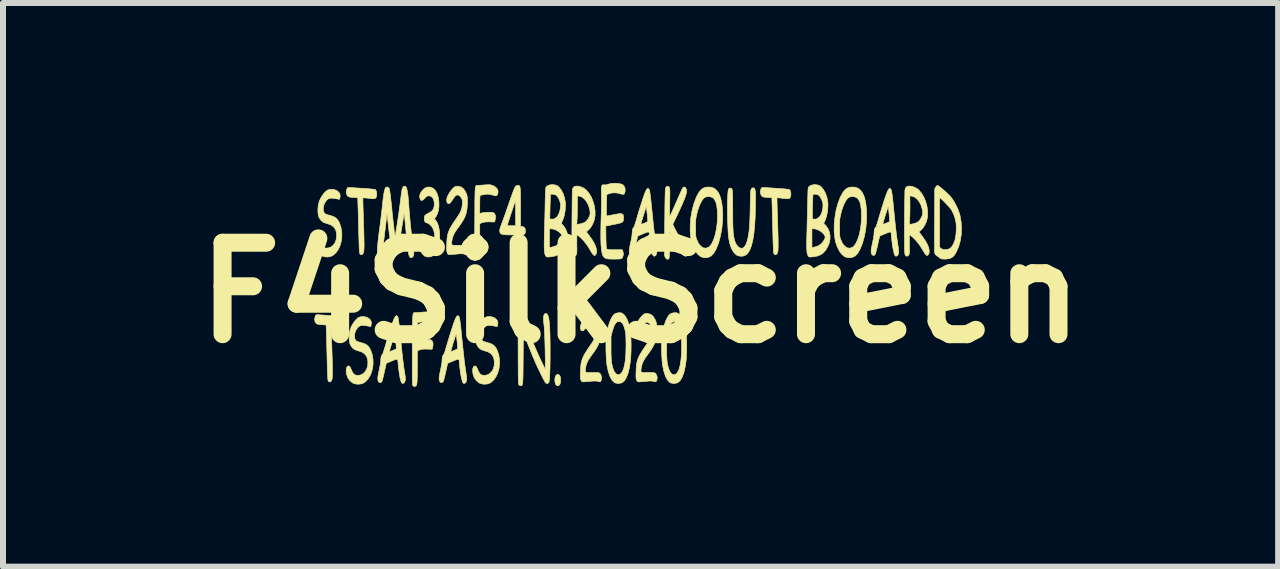
<source format=kicad_pcb>
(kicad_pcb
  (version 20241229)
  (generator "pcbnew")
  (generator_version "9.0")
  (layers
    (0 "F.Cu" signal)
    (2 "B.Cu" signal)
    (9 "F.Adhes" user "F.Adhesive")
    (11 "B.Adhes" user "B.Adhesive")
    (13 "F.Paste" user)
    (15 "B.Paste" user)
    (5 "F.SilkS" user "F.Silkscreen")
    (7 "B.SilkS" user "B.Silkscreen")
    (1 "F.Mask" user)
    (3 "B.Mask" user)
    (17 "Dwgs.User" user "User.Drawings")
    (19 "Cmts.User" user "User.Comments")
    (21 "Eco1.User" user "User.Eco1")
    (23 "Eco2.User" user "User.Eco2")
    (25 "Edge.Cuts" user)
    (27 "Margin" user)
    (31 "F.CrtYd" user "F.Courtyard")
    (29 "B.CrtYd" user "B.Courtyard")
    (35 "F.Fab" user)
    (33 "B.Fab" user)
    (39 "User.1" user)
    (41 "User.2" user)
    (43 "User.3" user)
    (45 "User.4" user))
  (footprint "F4SilkScreen"
    (layer "F.Cu")
    (at 7.627 1.831)
    (property "Reference" "F4SilkScreen" (at 0 0 0) (layer "F.SilkS") (effects (font (size 1.524 1.524) (thickness 0.3))))
    (attr through_hole)
    (fp_poly (pts (xy -1.354 1.369) (xy -1.338 1.397) (xy -1.331 1.443) (xy -1.331 1.454) (xy -1.335 1.493) (xy -1.343 1.523) (xy -1.36 1.544) (xy -1.382 1.55) (xy -1.403 1.541) (xy -1.416 1.524) (xy -1.426 1.487) (xy -1.429 1.454) (xy -1.424 1.406) (xy -1.409 1.374) (xy -1.386 1.359) (xy -1.379 1.359) (xy -1.354 1.369)) (stroke (width 0.01) (type solid)) (fill yes) (layer "F.SilkS"))
    (fp_poly (pts (xy -5.371 0.365) (xy -5.347 0.367) (xy -5.314 0.369) (xy -5.273 0.372) (xy -5.227 0.375) (xy -5.178 0.378) (xy -5.156 0.379) (xy -5.107 0.382) (xy -5.061 0.386) (xy -5.021 0.389) (xy -4.987 0.393) (xy -4.963 0.396) (xy -4.949 0.399) (xy -4.946 0.4) (xy -4.933 0.422) (xy -4.925 0.457) (xy -4.924 0.492) (xy -4.924 0.494) (xy -4.929 0.518) (xy -4.937 0.535) (xy -4.95 0.546) (xy -4.968 0.552) (xy -4.995 0.553) (xy -5.031 0.549) (xy -5.055 0.546) (xy -5.088 0.542) (xy -5.117 0.539) (xy -5.139 0.537) (xy -5.152 0.538) (xy -5.155 0.539) (xy -5.155 0.553) (xy -5.155 0.588) (xy -5.154 0.642) (xy -5.152 0.711) (xy -5.149 0.791) (xy -5.147 0.854) (xy -5.143 0.99) (xy -5.139 1.104) (xy -5.137 1.197) (xy -5.136 1.272) (xy -5.135 1.33) (xy -5.136 1.375) (xy -5.138 1.408) (xy -5.141 1.432) (xy -5.145 1.449) (xy -5.145 1.451) (xy -5.16 1.477) (xy -5.179 1.487) (xy -5.197 1.48) (xy -5.208 1.465) (xy -5.211 1.449) (xy -5.214 1.417) (xy -5.217 1.367) (xy -5.22 1.297) (xy -5.222 1.204) (xy -5.224 1.144) (xy -5.226 1.048) (xy -5.229 0.95) (xy -5.231 0.856) (xy -5.233 0.773) (xy -5.235 0.707) (xy -5.236 0.69) (xy -5.241 0.536) (xy -5.318 0.531) (xy -5.355 0.528) (xy -5.381 0.523) (xy -5.399 0.516) (xy -5.411 0.506) (xy -5.412 0.505) (xy -5.429 0.472) (xy -5.433 0.436) (xy -5.425 0.397) (xy -5.424 0.395) (xy -5.414 0.374) (xy -5.401 0.365) (xy -5.384 0.364) (xy -5.371 0.365)) (stroke (width 0.01) (type solid)) (fill yes) (layer "F.SilkS"))
    (fp_poly (pts (xy -4.844 -1.755) (xy -4.82 -1.754) (xy -4.787 -1.752) (xy -4.746 -1.749) (xy -4.7 -1.746) (xy -4.651 -1.743) (xy -4.629 -1.742) (xy -4.58 -1.738) (xy -4.534 -1.735) (xy -4.494 -1.731) (xy -4.46 -1.728) (xy -4.436 -1.725) (xy -4.422 -1.722) (xy -4.419 -1.721) (xy -4.406 -1.699) (xy -4.397 -1.664) (xy -4.397 -1.629) (xy -4.397 -1.627) (xy -4.402 -1.603) (xy -4.41 -1.585) (xy -4.422 -1.574) (xy -4.441 -1.569) (xy -4.468 -1.568) (xy -4.504 -1.572) (xy -4.528 -1.575) (xy -4.561 -1.579) (xy -4.59 -1.582) (xy -4.612 -1.583) (xy -4.625 -1.583) (xy -4.628 -1.582) (xy -4.628 -1.568) (xy -4.628 -1.532) (xy -4.627 -1.478) (xy -4.625 -1.41) (xy -4.622 -1.33) (xy -4.62 -1.267) (xy -4.616 -1.131) (xy -4.612 -1.017) (xy -4.61 -0.924) (xy -4.609 -0.849) (xy -4.608 -0.791) (xy -4.609 -0.746) (xy -4.611 -0.713) (xy -4.614 -0.689) (xy -4.617 -0.672) (xy -4.618 -0.669) (xy -4.633 -0.644) (xy -4.652 -0.634) (xy -4.67 -0.64) (xy -4.681 -0.656) (xy -4.684 -0.672) (xy -4.687 -0.703) (xy -4.69 -0.754) (xy -4.692 -0.824) (xy -4.695 -0.916) (xy -4.697 -0.977) (xy -4.699 -1.073) (xy -4.702 -1.171) (xy -4.704 -1.265) (xy -4.706 -1.348) (xy -4.708 -1.414) (xy -4.709 -1.43) (xy -4.714 -1.585) (xy -4.791 -1.59) (xy -4.828 -1.593) (xy -4.854 -1.598) (xy -4.872 -1.605) (xy -4.884 -1.615) (xy -4.885 -1.616) (xy -4.902 -1.649) (xy -4.906 -1.685) (xy -4.898 -1.724) (xy -4.897 -1.726) (xy -4.887 -1.747) (xy -4.874 -1.756) (xy -4.857 -1.756) (xy -4.844 -1.755)) (stroke (width 0.01) (type solid)) (fill yes) (layer "F.SilkS"))
    (fp_poly (pts (xy 2.059 -1.755) (xy 2.083 -1.754) (xy 2.116 -1.752) (xy 2.156 -1.749) (xy 2.202 -1.746) (xy 2.252 -1.743) (xy 2.273 -1.742) (xy 2.323 -1.738) (xy 2.369 -1.735) (xy 2.409 -1.731) (xy 2.442 -1.728) (xy 2.467 -1.725) (xy 2.481 -1.722) (xy 2.484 -1.721) (xy 2.497 -1.699) (xy 2.505 -1.664) (xy 2.506 -1.629) (xy 2.505 -1.627) (xy 2.5 -1.603) (xy 2.492 -1.585) (xy 2.48 -1.574) (xy 2.461 -1.569) (xy 2.435 -1.568) (xy 2.398 -1.572) (xy 2.375 -1.575) (xy 2.341 -1.579) (xy 2.312 -1.582) (xy 2.29 -1.583) (xy 2.277 -1.583) (xy 2.275 -1.582) (xy 2.274 -1.568) (xy 2.275 -1.532) (xy 2.276 -1.478) (xy 2.278 -1.41) (xy 2.28 -1.33) (xy 2.282 -1.267) (xy 2.287 -1.131) (xy 2.29 -1.017) (xy 2.293 -0.924) (xy 2.294 -0.849) (xy 2.294 -0.791) (xy 2.293 -0.746) (xy 2.292 -0.713) (xy 2.289 -0.689) (xy 2.285 -0.672) (xy 2.284 -0.669) (xy 2.27 -0.644) (xy 2.251 -0.634) (xy 2.232 -0.64) (xy 2.222 -0.656) (xy 2.218 -0.672) (xy 2.215 -0.703) (xy 2.213 -0.754) (xy 2.21 -0.824) (xy 2.207 -0.916) (xy 2.206 -0.977) (xy 2.203 -1.073) (xy 2.201 -1.171) (xy 2.198 -1.265) (xy 2.196 -1.348) (xy 2.194 -1.414) (xy 2.194 -1.43) (xy 2.189 -1.585) (xy 2.111 -1.59) (xy 2.075 -1.593) (xy 2.048 -1.598) (xy 2.03 -1.605) (xy 2.019 -1.615) (xy 2.018 -1.616) (xy 2.001 -1.649) (xy 1.996 -1.685) (xy 2.004 -1.724) (xy 2.005 -1.726) (xy 2.016 -1.747) (xy 2.028 -1.756) (xy 2.045 -1.756) (xy 2.059 -1.755)) (stroke (width 0.01) (type solid)) (fill yes) (layer "F.SilkS"))
    (fp_poly (pts (xy 4.962 -1.785) (xy 4.984 -1.77) (xy 5.013 -1.747) (xy 5.048 -1.717) (xy 5.087 -1.682) (xy 5.127 -1.644) (xy 5.156 -1.616) (xy 5.191 -1.574) (xy 5.227 -1.518) (xy 5.262 -1.454) (xy 5.293 -1.386) (xy 5.316 -1.322) (xy 5.324 -1.295) (xy 5.343 -1.187) (xy 5.35 -1.077) (xy 5.346 -0.968) (xy 5.329 -0.864) (xy 5.302 -0.767) (xy 5.264 -0.682) (xy 5.239 -0.638) (xy 5.214 -0.607) (xy 5.186 -0.586) (xy 5.154 -0.572) (xy 5.113 -0.565) (xy 5.093 -0.563) (xy 5.059 -0.562) (xy 5.034 -0.563) (xy 5.015 -0.567) (xy 4.998 -0.575) (xy 4.985 -0.584) (xy 4.962 -0.601) (xy 4.941 -0.616) (xy 4.931 -0.623) (xy 4.915 -0.638) (xy 4.905 -0.657) (xy 4.903 -0.673) (xy 4.901 -0.707) (xy 4.9 -0.76) (xy 4.9 -0.763) (xy 4.985 -0.763) (xy 4.999 -0.747) (xy 5.027 -0.728) (xy 5.063 -0.719) (xy 5.104 -0.72) (xy 5.144 -0.733) (xy 5.158 -0.74) (xy 5.188 -0.768) (xy 5.216 -0.816) (xy 5.24 -0.877) (xy 5.245 -0.897) (xy 5.257 -0.967) (xy 5.263 -1.048) (xy 5.262 -1.128) (xy 5.258 -1.172) (xy 5.244 -1.236) (xy 5.222 -1.303) (xy 5.194 -1.363) (xy 5.177 -1.391) (xy 5.159 -1.414) (xy 5.133 -1.444) (xy 5.101 -1.478) (xy 5.068 -1.512) (xy 5.037 -1.543) (xy 5.011 -1.567) (xy 5.001 -1.574) (xy 4.985 -1.587) (xy 4.985 -0.763) (xy 4.9 -0.763) (xy 4.9 -0.835) (xy 4.9 -0.931) (xy 4.9 -1.051) (xy 4.901 -1.194) (xy 4.901 -1.206) (xy 4.904 -1.732) (xy 4.919 -1.761) (xy 4.934 -1.782) (xy 4.949 -1.791) (xy 4.962 -1.785)) (stroke (width 0.01) (type solid)) (fill yes) (layer "F.SilkS"))
    (fp_poly (pts (xy 0.465 -1.773) (xy 0.48 -1.757) (xy 0.484 -1.747) (xy 0.486 -1.733) (xy 0.488 -1.711) (xy 0.489 -1.677) (xy 0.489 -1.629) (xy 0.488 -1.561) (xy 0.487 -1.499) (xy 0.484 -1.264) (xy 0.522 -1.346) (xy 0.539 -1.385) (xy 0.563 -1.437) (xy 0.589 -1.497) (xy 0.617 -1.561) (xy 0.633 -1.597) (xy 0.66 -1.658) (xy 0.68 -1.703) (xy 0.695 -1.733) (xy 0.706 -1.752) (xy 0.715 -1.761) (xy 0.723 -1.765) (xy 0.727 -1.765) (xy 0.748 -1.755) (xy 0.763 -1.729) (xy 0.768 -1.693) (xy 0.764 -1.662) (xy 0.751 -1.616) (xy 0.728 -1.555) (xy 0.696 -1.479) (xy 0.655 -1.388) (xy 0.605 -1.281) (xy 0.601 -1.273) (xy 0.538 -1.143) (xy 0.553 -1.109) (xy 0.574 -1.066) (xy 0.6 -1.017) (xy 0.629 -0.964) (xy 0.659 -0.911) (xy 0.689 -0.862) (xy 0.715 -0.82) (xy 0.736 -0.79) (xy 0.749 -0.774) (xy 0.775 -0.744) (xy 0.788 -0.71) (xy 0.789 -0.673) (xy 0.784 -0.647) (xy 0.775 -0.621) (xy 0.763 -0.611) (xy 0.751 -0.61) (xy 0.725 -0.617) (xy 0.698 -0.638) (xy 0.667 -0.674) (xy 0.632 -0.728) (xy 0.592 -0.8) (xy 0.546 -0.891) (xy 0.545 -0.895) (xy 0.483 -1.022) (xy 0.483 -0.806) (xy 0.482 -0.715) (xy 0.481 -0.648) (xy 0.479 -0.603) (xy 0.476 -0.578) (xy 0.475 -0.574) (xy 0.46 -0.56) (xy 0.44 -0.561) (xy 0.421 -0.577) (xy 0.413 -0.59) (xy 0.399 -0.621) (xy 0.403 -1.167) (xy 0.405 -1.323) (xy 0.406 -1.454) (xy 0.408 -1.56) (xy 0.41 -1.642) (xy 0.412 -1.699) (xy 0.414 -1.733) (xy 0.415 -1.742) (xy 0.427 -1.766) (xy 0.446 -1.777) (xy 0.465 -1.773)) (stroke (width 0.01) (type solid)) (fill yes) (layer "F.SilkS"))
    (fp_poly (pts (xy -0.322 0.334) (xy -0.301 0.343) (xy -0.26 0.381) (xy -0.225 0.442) (xy -0.195 0.522) (xy -0.173 0.62) (xy -0.17 0.636) (xy -0.163 0.699) (xy -0.159 0.779) (xy -0.157 0.87) (xy -0.158 0.965) (xy -0.162 1.055) (xy -0.167 1.128) (xy -0.184 1.24) (xy -0.206 1.335) (xy -0.235 1.411) (xy -0.268 1.465) (xy -0.295 1.49) (xy -0.325 1.504) (xy -0.36 1.51) (xy -0.396 1.509) (xy -0.428 1.5) (xy -0.44 1.493) (xy -0.479 1.452) (xy -0.513 1.388) (xy -0.54 1.303) (xy -0.56 1.206) (xy -0.567 1.145) (xy -0.572 1.067) (xy -0.576 0.98) (xy -0.577 0.892) (xy -0.576 0.811) (xy -0.573 0.745) (xy -0.572 0.736) (xy -0.571 0.728) (xy -0.492 0.728) (xy -0.492 0.913) (xy -0.492 0.998) (xy -0.49 1.063) (xy -0.487 1.114) (xy -0.483 1.156) (xy -0.481 1.173) (xy -0.464 1.248) (xy -0.441 1.307) (xy -0.413 1.346) (xy -0.383 1.365) (xy -0.35 1.362) (xy -0.318 1.336) (xy -0.313 1.329) (xy -0.287 1.28) (xy -0.267 1.208) (xy -0.253 1.116) (xy -0.245 1.004) (xy -0.242 0.874) (xy -0.242 0.844) (xy -0.244 0.774) (xy -0.245 0.723) (xy -0.248 0.685) (xy -0.252 0.654) (xy -0.258 0.623) (xy -0.262 0.607) (xy -0.282 0.544) (xy -0.306 0.503) (xy -0.336 0.482) (xy -0.359 0.478) (xy -0.393 0.486) (xy -0.421 0.515) (xy -0.446 0.565) (xy -0.469 0.639) (xy -0.47 0.641) (xy -0.492 0.728) (xy -0.571 0.728) (xy -0.558 0.642) (xy -0.536 0.552) (xy -0.509 0.472) (xy -0.478 0.407) (xy -0.448 0.365) (xy -0.423 0.347) (xy -0.39 0.336) (xy -0.355 0.331) (xy -0.322 0.334)) (stroke (width 0.01) (type solid)) (fill yes) (layer "F.SilkS"))
    (fp_poly (pts (xy 0.605 0.334) (xy 0.626 0.343) (xy 0.667 0.381) (xy 0.702 0.442) (xy 0.732 0.522) (xy 0.754 0.62) (xy 0.757 0.636) (xy 0.764 0.699) (xy 0.768 0.779) (xy 0.77 0.87) (xy 0.769 0.965) (xy 0.766 1.055) (xy 0.76 1.128) (xy 0.743 1.24) (xy 0.721 1.335) (xy 0.692 1.411) (xy 0.659 1.465) (xy 0.632 1.49) (xy 0.602 1.504) (xy 0.567 1.51) (xy 0.531 1.509) (xy 0.499 1.5) (xy 0.487 1.493) (xy 0.448 1.452) (xy 0.414 1.388) (xy 0.387 1.303) (xy 0.367 1.206) (xy 0.36 1.145) (xy 0.355 1.067) (xy 0.351 0.98) (xy 0.35 0.892) (xy 0.351 0.811) (xy 0.354 0.745) (xy 0.355 0.736) (xy 0.356 0.728) (xy 0.435 0.728) (xy 0.435 0.913) (xy 0.435 0.998) (xy 0.437 1.063) (xy 0.44 1.114) (xy 0.444 1.156) (xy 0.446 1.173) (xy 0.463 1.248) (xy 0.486 1.307) (xy 0.514 1.346) (xy 0.545 1.365) (xy 0.577 1.362) (xy 0.609 1.336) (xy 0.614 1.329) (xy 0.64 1.28) (xy 0.66 1.208) (xy 0.674 1.116) (xy 0.683 1.004) (xy 0.685 0.874) (xy 0.685 0.844) (xy 0.683 0.774) (xy 0.682 0.723) (xy 0.679 0.685) (xy 0.675 0.654) (xy 0.669 0.623) (xy 0.665 0.607) (xy 0.645 0.544) (xy 0.621 0.503) (xy 0.592 0.482) (xy 0.568 0.478) (xy 0.535 0.486) (xy 0.506 0.515) (xy 0.481 0.565) (xy 0.458 0.639) (xy 0.457 0.641) (xy 0.435 0.728) (xy 0.356 0.728) (xy 0.369 0.642) (xy 0.391 0.552) (xy 0.418 0.472) (xy 0.449 0.407) (xy 0.479 0.365) (xy 0.504 0.347) (xy 0.537 0.336) (xy 0.572 0.331) (xy 0.605 0.334)) (stroke (width 0.01) (type solid)) (fill yes) (layer "F.SilkS"))
    (fp_poly (pts (xy 1.174 -1.761) (xy 1.228 -1.742) (xy 1.273 -1.705) (xy 1.309 -1.65) (xy 1.336 -1.578) (xy 1.356 -1.486) (xy 1.367 -1.375) (xy 1.369 -1.342) (xy 1.368 -1.211) (xy 1.356 -1.078) (xy 1.333 -0.95) (xy 1.301 -0.831) (xy 1.293 -0.81) (xy 1.257 -0.722) (xy 1.218 -0.657) (xy 1.176 -0.614) (xy 1.129 -0.591) (xy 1.084 -0.585) (xy 1.055 -0.588) (xy 1.026 -0.594) (xy 1.004 -0.602) (xy 1.002 -0.603) (xy 0.956 -0.64) (xy 0.914 -0.696) (xy 0.878 -0.767) (xy 0.851 -0.848) (xy 0.838 -0.91) (xy 0.828 -1.019) (xy 0.828 -1.084) (xy 0.918 -1.084) (xy 0.918 -1.022) (xy 0.919 -0.978) (xy 0.921 -0.948) (xy 0.925 -0.925) (xy 0.932 -0.902) (xy 0.937 -0.887) (xy 0.967 -0.823) (xy 1.004 -0.777) (xy 1.045 -0.75) (xy 1.089 -0.744) (xy 1.133 -0.76) (xy 1.154 -0.776) (xy 1.189 -0.823) (xy 1.22 -0.891) (xy 1.246 -0.975) (xy 1.266 -1.072) (xy 1.279 -1.176) (xy 1.283 -1.28) (xy 1.279 -1.381) (xy 1.269 -1.462) (xy 1.251 -1.523) (xy 1.226 -1.566) (xy 1.199 -1.589) (xy 1.161 -1.602) (xy 1.121 -1.605) (xy 1.084 -1.596) (xy 1.053 -1.577) (xy 1.053 -1.577) (xy 1.02 -1.533) (xy 0.987 -1.467) (xy 0.958 -1.387) (xy 0.941 -1.324) (xy 0.931 -1.279) (xy 0.924 -1.245) (xy 0.92 -1.212) (xy 0.918 -1.173) (xy 0.918 -1.12) (xy 0.918 -1.084) (xy 0.828 -1.084) (xy 0.828 -1.134) (xy 0.838 -1.253) (xy 0.858 -1.369) (xy 0.887 -1.479) (xy 0.923 -1.579) (xy 0.936 -1.608) (xy 0.972 -1.673) (xy 1.008 -1.718) (xy 1.046 -1.746) (xy 1.09 -1.76) (xy 1.111 -1.763) (xy 1.174 -1.761)) (stroke (width 0.01) (type solid)) (fill yes) (layer "F.SilkS"))
    (fp_poly (pts (xy 3.574 -1.761) (xy 3.628 -1.742) (xy 3.673 -1.705) (xy 3.709 -1.65) (xy 3.737 -1.578) (xy 3.756 -1.486) (xy 3.767 -1.375) (xy 3.769 -1.342) (xy 3.768 -1.211) (xy 3.756 -1.078) (xy 3.734 -0.95) (xy 3.701 -0.831) (xy 3.694 -0.81) (xy 3.657 -0.722) (xy 3.619 -0.657) (xy 3.577 -0.614) (xy 3.53 -0.591) (xy 3.484 -0.585) (xy 3.455 -0.588) (xy 3.426 -0.594) (xy 3.404 -0.602) (xy 3.402 -0.603) (xy 3.356 -0.64) (xy 3.314 -0.696) (xy 3.279 -0.767) (xy 3.251 -0.848) (xy 3.239 -0.91) (xy 3.228 -1.019) (xy 3.228 -1.084) (xy 3.318 -1.084) (xy 3.318 -1.022) (xy 3.319 -0.978) (xy 3.321 -0.948) (xy 3.325 -0.925) (xy 3.332 -0.902) (xy 3.337 -0.887) (xy 3.367 -0.823) (xy 3.404 -0.777) (xy 3.446 -0.75) (xy 3.49 -0.744) (xy 3.533 -0.76) (xy 3.554 -0.776) (xy 3.589 -0.823) (xy 3.621 -0.891) (xy 3.647 -0.975) (xy 3.667 -1.072) (xy 3.679 -1.176) (xy 3.683 -1.28) (xy 3.68 -1.381) (xy 3.669 -1.462) (xy 3.652 -1.523) (xy 3.626 -1.566) (xy 3.599 -1.589) (xy 3.561 -1.602) (xy 3.521 -1.605) (xy 3.484 -1.596) (xy 3.454 -1.577) (xy 3.453 -1.577) (xy 3.42 -1.533) (xy 3.387 -1.467) (xy 3.358 -1.387) (xy 3.341 -1.324) (xy 3.331 -1.279) (xy 3.324 -1.245) (xy 3.32 -1.212) (xy 3.318 -1.173) (xy 3.318 -1.12) (xy 3.318 -1.084) (xy 3.228 -1.084) (xy 3.228 -1.134) (xy 3.239 -1.253) (xy 3.258 -1.369) (xy 3.287 -1.479) (xy 3.323 -1.579) (xy 3.337 -1.608) (xy 3.373 -1.673) (xy 3.408 -1.718) (xy 3.446 -1.746) (xy 3.491 -1.76) (xy 3.511 -1.763) (xy 3.574 -1.761)) (stroke (width 0.01) (type solid)) (fill yes) (layer "F.SilkS"))
    (fp_poly (pts (xy 1.879 -1.75) (xy 1.892 -1.746) (xy 1.901 -1.738) (xy 1.908 -1.721) (xy 1.913 -1.693) (xy 1.916 -1.652) (xy 1.917 -1.594) (xy 1.916 -1.515) (xy 1.915 -1.441) (xy 1.911 -1.266) (xy 1.902 -1.114) (xy 1.889 -0.983) (xy 1.871 -0.874) (xy 1.848 -0.784) (xy 1.821 -0.713) (xy 1.788 -0.66) (xy 1.768 -0.639) (xy 1.737 -0.62) (xy 1.698 -0.61) (xy 1.657 -0.611) (xy 1.617 -0.621) (xy 1.596 -0.633) (xy 1.552 -0.676) (xy 1.515 -0.74) (xy 1.487 -0.821) (xy 1.47 -0.908) (xy 1.464 -0.962) (xy 1.459 -1.032) (xy 1.455 -1.116) (xy 1.451 -1.208) (xy 1.45 -1.304) (xy 1.449 -1.399) (xy 1.449 -1.49) (xy 1.451 -1.572) (xy 1.454 -1.639) (xy 1.458 -1.689) (xy 1.461 -1.709) (xy 1.469 -1.734) (xy 1.48 -1.744) (xy 1.495 -1.746) (xy 1.507 -1.745) (xy 1.517 -1.74) (xy 1.524 -1.729) (xy 1.529 -1.708) (xy 1.532 -1.675) (xy 1.535 -1.627) (xy 1.536 -1.562) (xy 1.536 -1.476) (xy 1.537 -1.38) (xy 1.537 -1.257) (xy 1.538 -1.156) (xy 1.541 -1.074) (xy 1.545 -1.008) (xy 1.551 -0.954) (xy 1.559 -0.91) (xy 1.568 -0.872) (xy 1.575 -0.852) (xy 1.6 -0.8) (xy 1.632 -0.764) (xy 1.665 -0.744) (xy 1.699 -0.744) (xy 1.718 -0.755) (xy 1.743 -0.782) (xy 1.762 -0.817) (xy 1.779 -0.866) (xy 1.787 -0.9) (xy 1.798 -0.958) (xy 1.808 -1.019) (xy 1.815 -1.088) (xy 1.82 -1.168) (xy 1.824 -1.264) (xy 1.827 -1.38) (xy 1.828 -1.431) (xy 1.829 -1.521) (xy 1.831 -1.59) (xy 1.833 -1.64) (xy 1.835 -1.675) (xy 1.837 -1.699) (xy 1.84 -1.715) (xy 1.844 -1.726) (xy 1.844 -1.727) (xy 1.859 -1.747) (xy 1.879 -1.75) (xy 1.879 -1.75)) (stroke (width 0.01) (type solid)) (fill yes) (layer "F.SilkS"))
    (fp_poly (pts (xy -2.034 -1.79) (xy -2.023 -1.788) (xy -2.015 -1.779) (xy -2.009 -1.763) (xy -2.005 -1.737) (xy -2.002 -1.696) (xy -2.001 -1.64) (xy -2 -1.564) (xy -2 -1.467) (xy -2 -1.428) (xy -2 -1.105) (xy -1.973 -1.105) (xy -1.947 -1.098) (xy -1.928 -1.078) (xy -1.918 -1.047) (xy -1.918 -1.035) (xy -1.922 -0.998) (xy -1.937 -0.975) (xy -1.962 -0.965) (xy -1.969 -0.965) (xy -2 -0.965) (xy -2 -0.812) (xy -2.001 -0.75) (xy -2.002 -0.696) (xy -2.004 -0.655) (xy -2.007 -0.634) (xy -2.018 -0.617) (xy -2.035 -0.609) (xy -2.054 -0.612) (xy -2.069 -0.626) (xy -2.071 -0.631) (xy -2.075 -0.652) (xy -2.079 -0.694) (xy -2.081 -0.758) (xy -2.082 -0.808) (xy -2.084 -0.965) (xy -2.193 -0.966) (xy -2.242 -0.967) (xy -2.28 -0.97) (xy -2.308 -0.976) (xy -2.327 -0.985) (xy -2.34 -0.997) (xy -2.346 -1.014) (xy -2.348 -1.029) (xy -2.346 -1.057) (xy -2.336 -1.093) (xy -2.325 -1.122) (xy -2.223 -1.122) (xy -2.217 -1.12) (xy -2.201 -1.119) (xy -2.177 -1.118) (xy -2.153 -1.118) (xy -2.083 -1.118) (xy -2.083 -1.329) (xy -2.083 -1.399) (xy -2.083 -1.458) (xy -2.084 -1.503) (xy -2.085 -1.53) (xy -2.085 -1.536) (xy -2.09 -1.522) (xy -2.1 -1.492) (xy -2.115 -1.45) (xy -2.132 -1.398) (xy -2.151 -1.342) (xy -2.17 -1.285) (xy -2.187 -1.231) (xy -2.203 -1.184) (xy -2.215 -1.147) (xy -2.221 -1.126) (xy -2.223 -1.122) (xy -2.325 -1.122) (xy -2.319 -1.139) (xy -2.307 -1.172) (xy -2.289 -1.221) (xy -2.266 -1.284) (xy -2.241 -1.355) (xy -2.215 -1.431) (xy -2.201 -1.472) (xy -2.175 -1.545) (xy -2.151 -1.613) (xy -2.13 -1.671) (xy -2.112 -1.718) (xy -2.099 -1.749) (xy -2.094 -1.759) (xy -2.074 -1.783) (xy -2.049 -1.791) (xy -2.048 -1.791) (xy -2.034 -1.79)) (stroke (width 0.01) (type solid)) (fill yes) (layer "F.SilkS"))
    (fp_poly (pts (xy -3.539 0.322) (xy -3.516 0.328) (xy -3.497 0.336) (xy -3.459 0.358) (xy -3.432 0.384) (xy -3.419 0.416) (xy -3.416 0.437) (xy -3.422 0.475) (xy -3.436 0.498) (xy -3.459 0.505) (xy -3.469 0.503) (xy -3.512 0.49) (xy -3.545 0.481) (xy -3.573 0.477) (xy -3.598 0.476) (xy -3.623 0.478) (xy -3.647 0.483) (xy -3.674 0.488) (xy -3.697 0.492) (xy -3.712 0.495) (xy -3.715 0.495) (xy -3.718 0.507) (xy -3.719 0.54) (xy -3.721 0.588) (xy -3.721 0.646) (xy -3.721 0.803) (xy -3.704 0.794) (xy -3.687 0.789) (xy -3.66 0.785) (xy -3.628 0.781) (xy -3.593 0.779) (xy -3.559 0.778) (xy -3.529 0.779) (xy -3.506 0.781) (xy -3.496 0.784) (xy -3.473 0.803) (xy -3.46 0.834) (xy -3.459 0.874) (xy -3.464 0.902) (xy -3.474 0.941) (xy -3.561 0.938) (xy -3.609 0.938) (xy -3.649 0.942) (xy -3.679 0.95) (xy -3.685 0.952) (xy -3.721 0.969) (xy -3.721 1.231) (xy -3.721 1.33) (xy -3.722 1.406) (xy -3.724 1.463) (xy -3.727 1.504) (xy -3.732 1.53) (xy -3.738 1.547) (xy -3.748 1.555) (xy -3.76 1.559) (xy -3.763 1.56) (xy -3.784 1.558) (xy -3.797 1.543) (xy -3.798 1.542) (xy -3.8 1.533) (xy -3.802 1.517) (xy -3.803 1.491) (xy -3.804 1.454) (xy -3.805 1.403) (xy -3.805 1.336) (xy -3.805 1.251) (xy -3.805 1.146) (xy -3.805 1.019) (xy -3.805 0.954) (xy -3.804 0.812) (xy -3.804 0.693) (xy -3.803 0.595) (xy -3.802 0.517) (xy -3.8 0.456) (xy -3.798 0.41) (xy -3.795 0.376) (xy -3.791 0.354) (xy -3.786 0.34) (xy -3.78 0.333) (xy -3.772 0.33) (xy -3.762 0.33) (xy -3.757 0.33) (xy -3.741 0.33) (xy -3.716 0.328) (xy -3.684 0.326) (xy -3.649 0.323) (xy -3.638 0.322) (xy -3.597 0.319) (xy -3.565 0.319) (xy -3.539 0.322)) (stroke (width 0.01) (type solid)) (fill yes) (layer "F.SilkS"))
    (fp_poly (pts (xy -2.497 -1.799) (xy -2.474 -1.793) (xy -2.456 -1.785) (xy -2.417 -1.763) (xy -2.391 -1.736) (xy -2.377 -1.705) (xy -2.375 -1.684) (xy -2.38 -1.646) (xy -2.395 -1.623) (xy -2.418 -1.616) (xy -2.427 -1.618) (xy -2.47 -1.631) (xy -2.504 -1.639) (xy -2.532 -1.644) (xy -2.556 -1.645) (xy -2.581 -1.643) (xy -2.606 -1.638) (xy -2.633 -1.633) (xy -2.655 -1.629) (xy -2.67 -1.626) (xy -2.674 -1.626) (xy -2.676 -1.614) (xy -2.678 -1.581) (xy -2.679 -1.533) (xy -2.68 -1.475) (xy -2.68 -1.318) (xy -2.662 -1.327) (xy -2.645 -1.332) (xy -2.619 -1.336) (xy -2.587 -1.34) (xy -2.552 -1.342) (xy -2.518 -1.343) (xy -2.487 -1.342) (xy -2.464 -1.34) (xy -2.454 -1.337) (xy -2.431 -1.318) (xy -2.419 -1.287) (xy -2.417 -1.247) (xy -2.423 -1.219) (xy -2.433 -1.18) (xy -2.52 -1.183) (xy -2.567 -1.182) (xy -2.607 -1.178) (xy -2.637 -1.171) (xy -2.643 -1.169) (xy -2.68 -1.152) (xy -2.68 -0.89) (xy -2.68 -0.791) (xy -2.681 -0.715) (xy -2.682 -0.658) (xy -2.686 -0.617) (xy -2.69 -0.59) (xy -2.697 -0.574) (xy -2.706 -0.566) (xy -2.718 -0.562) (xy -2.722 -0.561) (xy -2.743 -0.563) (xy -2.756 -0.578) (xy -2.756 -0.579) (xy -2.759 -0.588) (xy -2.76 -0.604) (xy -2.762 -0.63) (xy -2.763 -0.667) (xy -2.764 -0.718) (xy -2.764 -0.785) (xy -2.764 -0.87) (xy -2.764 -0.975) (xy -2.764 -1.102) (xy -2.763 -1.167) (xy -2.763 -1.309) (xy -2.762 -1.428) (xy -2.762 -1.525) (xy -2.76 -1.604) (xy -2.759 -1.665) (xy -2.757 -1.711) (xy -2.754 -1.745) (xy -2.75 -1.767) (xy -2.745 -1.781) (xy -2.738 -1.788) (xy -2.73 -1.791) (xy -2.721 -1.791) (xy -2.716 -1.791) (xy -2.7 -1.791) (xy -2.674 -1.793) (xy -2.642 -1.795) (xy -2.607 -1.798) (xy -2.596 -1.799) (xy -2.555 -1.801) (xy -2.523 -1.802) (xy -2.497 -1.799)) (stroke (width 0.01) (type solid)) (fill yes) (layer "F.SilkS"))
    (fp_poly (pts (xy -5.112 -1.722) (xy -5.075 -1.71) (xy -5.044 -1.691) (xy -5.021 -1.665) (xy -5.018 -1.659) (xy -5.008 -1.635) (xy -5.007 -1.612) (xy -5.01 -1.594) (xy -5.017 -1.558) (xy -5.075 -1.569) (xy -5.106 -1.574) (xy -5.137 -1.577) (xy -5.161 -1.578) (xy -5.167 -1.578) (xy -5.2 -1.568) (xy -5.229 -1.547) (xy -5.253 -1.517) (xy -5.272 -1.48) (xy -5.285 -1.44) (xy -5.289 -1.401) (xy -5.285 -1.364) (xy -5.272 -1.333) (xy -5.255 -1.316) (xy -5.244 -1.311) (xy -5.223 -1.304) (xy -5.196 -1.296) (xy -5.171 -1.289) (xy -5.124 -1.274) (xy -5.088 -1.255) (xy -5.058 -1.229) (xy -5.034 -1.194) (xy -5.017 -1.161) (xy -4.993 -1.089) (xy -4.98 -1.013) (xy -4.979 -0.937) (xy -4.988 -0.861) (xy -5.007 -0.79) (xy -5.036 -0.726) (xy -5.074 -0.671) (xy -5.12 -0.629) (xy -5.131 -0.621) (xy -5.171 -0.604) (xy -5.217 -0.597) (xy -5.264 -0.6) (xy -5.307 -0.613) (xy -5.323 -0.622) (xy -5.367 -0.658) (xy -5.399 -0.704) (xy -5.42 -0.758) (xy -5.427 -0.807) (xy -5.426 -0.853) (xy -5.415 -0.886) (xy -5.395 -0.901) (xy -5.388 -0.902) (xy -5.374 -0.898) (xy -5.361 -0.882) (xy -5.346 -0.85) (xy -5.344 -0.844) (xy -5.322 -0.798) (xy -5.301 -0.768) (xy -5.277 -0.752) (xy -5.246 -0.746) (xy -5.229 -0.745) (xy -5.184 -0.753) (xy -5.144 -0.774) (xy -5.11 -0.808) (xy -5.085 -0.851) (xy -5.07 -0.902) (xy -5.068 -0.916) (xy -5.066 -0.978) (xy -5.075 -1.031) (xy -5.095 -1.074) (xy -5.126 -1.108) (xy -5.169 -1.135) (xy -5.224 -1.153) (xy -5.231 -1.155) (xy -5.283 -1.173) (xy -5.324 -1.204) (xy -5.353 -1.246) (xy -5.367 -1.279) (xy -5.377 -1.334) (xy -5.378 -1.399) (xy -5.371 -1.466) (xy -5.355 -1.526) (xy -5.355 -1.527) (xy -5.332 -1.577) (xy -5.302 -1.626) (xy -5.268 -1.67) (xy -5.234 -1.701) (xy -5.225 -1.708) (xy -5.19 -1.722) (xy -5.152 -1.726) (xy -5.112 -1.722)) (stroke (width 0.01) (type solid)) (fill yes) (layer "F.SilkS"))
    (fp_poly (pts (xy -4.592 0.399) (xy -4.555 0.411) (xy -4.523 0.43) (xy -4.5 0.456) (xy -4.497 0.462) (xy -4.487 0.486) (xy -4.487 0.509) (xy -4.489 0.527) (xy -4.496 0.563) (xy -4.555 0.552) (xy -4.586 0.547) (xy -4.616 0.544) (xy -4.641 0.543) (xy -4.646 0.543) (xy -4.679 0.552) (xy -4.708 0.574) (xy -4.733 0.604) (xy -4.752 0.641) (xy -4.764 0.68) (xy -4.769 0.72) (xy -4.765 0.757) (xy -4.751 0.788) (xy -4.734 0.805) (xy -4.723 0.81) (xy -4.702 0.817) (xy -4.675 0.825) (xy -4.651 0.832) (xy -4.604 0.846) (xy -4.567 0.866) (xy -4.537 0.892) (xy -4.513 0.926) (xy -4.497 0.96) (xy -4.472 1.032) (xy -4.46 1.108) (xy -4.458 1.184) (xy -4.467 1.26) (xy -4.486 1.331) (xy -4.515 1.395) (xy -4.553 1.45) (xy -4.599 1.492) (xy -4.611 1.5) (xy -4.65 1.517) (xy -4.696 1.523) (xy -4.743 1.521) (xy -4.786 1.508) (xy -4.803 1.499) (xy -4.846 1.463) (xy -4.879 1.417) (xy -4.899 1.363) (xy -4.907 1.314) (xy -4.905 1.267) (xy -4.894 1.235) (xy -4.874 1.22) (xy -4.867 1.219) (xy -4.853 1.223) (xy -4.84 1.239) (xy -4.825 1.271) (xy -4.823 1.277) (xy -4.802 1.323) (xy -4.781 1.353) (xy -4.756 1.369) (xy -4.725 1.375) (xy -4.708 1.376) (xy -4.663 1.368) (xy -4.623 1.347) (xy -4.59 1.313) (xy -4.564 1.27) (xy -4.549 1.219) (xy -4.547 1.205) (xy -4.545 1.143) (xy -4.554 1.09) (xy -4.574 1.047) (xy -4.605 1.012) (xy -4.648 0.986) (xy -4.703 0.968) (xy -4.71 0.966) (xy -4.762 0.948) (xy -4.803 0.917) (xy -4.833 0.875) (xy -4.846 0.842) (xy -4.856 0.786) (xy -4.857 0.722) (xy -4.85 0.655) (xy -4.835 0.595) (xy -4.834 0.594) (xy -4.812 0.544) (xy -4.781 0.495) (xy -4.747 0.451) (xy -4.714 0.42) (xy -4.704 0.413) (xy -4.669 0.399) (xy -4.631 0.395) (xy -4.592 0.399)) (stroke (width 0.01) (type solid)) (fill yes) (layer "F.SilkS"))
    (fp_poly (pts (xy -3.499 -1.761) (xy -3.457 -1.742) (xy -3.421 -1.707) (xy -3.395 -1.664) (xy -3.373 -1.597) (xy -3.361 -1.521) (xy -3.36 -1.442) (xy -3.371 -1.365) (xy -3.371 -1.365) (xy -3.384 -1.324) (xy -3.4 -1.286) (xy -3.418 -1.257) (xy -3.433 -1.244) (xy -3.434 -1.244) (xy -3.436 -1.239) (xy -3.428 -1.226) (xy -3.422 -1.219) (xy -3.389 -1.171) (xy -3.366 -1.106) (xy -3.351 -1.028) (xy -3.347 -0.94) (xy -3.348 -0.916) (xy -3.358 -0.827) (xy -3.38 -0.746) (xy -3.411 -0.679) (xy -3.45 -0.627) (xy -3.454 -0.623) (xy -3.482 -0.607) (xy -3.516 -0.599) (xy -3.552 -0.598) (xy -3.585 -0.606) (xy -3.601 -0.614) (xy -3.634 -0.646) (xy -3.663 -0.688) (xy -3.685 -0.736) (xy -3.699 -0.786) (xy -3.702 -0.821) (xy -3.696 -0.854) (xy -3.682 -0.879) (xy -3.661 -0.889) (xy -3.66 -0.889) (xy -3.645 -0.884) (xy -3.634 -0.866) (xy -3.624 -0.839) (xy -3.599 -0.787) (xy -3.57 -0.754) (xy -3.537 -0.742) (xy -3.503 -0.75) (xy -3.472 -0.78) (xy -3.457 -0.805) (xy -3.438 -0.859) (xy -3.431 -0.919) (xy -3.434 -0.982) (xy -3.448 -1.042) (xy -3.467 -1.084) (xy -3.491 -1.118) (xy -3.522 -1.146) (xy -3.553 -1.164) (xy -3.573 -1.168) (xy -3.59 -1.179) (xy -3.602 -1.205) (xy -3.606 -1.238) (xy -3.602 -1.272) (xy -3.596 -1.286) (xy -3.584 -1.298) (xy -3.565 -1.312) (xy -3.54 -1.326) (xy -3.534 -1.329) (xy -3.496 -1.35) (xy -3.469 -1.373) (xy -3.451 -1.402) (xy -3.441 -1.438) (xy -3.439 -1.453) (xy -3.438 -1.506) (xy -3.448 -1.552) (xy -3.468 -1.587) (xy -3.496 -1.61) (xy -3.526 -1.617) (xy -3.55 -1.614) (xy -3.572 -1.601) (xy -3.595 -1.578) (xy -3.624 -1.549) (xy -3.647 -1.538) (xy -3.664 -1.546) (xy -3.672 -1.56) (xy -3.682 -1.595) (xy -3.679 -1.631) (xy -3.664 -1.67) (xy -3.661 -1.674) (xy -3.626 -1.72) (xy -3.586 -1.75) (xy -3.542 -1.764) (xy -3.499 -1.761)) (stroke (width 0.01) (type solid)) (fill yes) (layer "F.SilkS"))
    (fp_poly (pts (xy -2.483 0.399) (xy -2.446 0.411) (xy -2.415 0.43) (xy -2.392 0.456) (xy -2.389 0.462) (xy -2.379 0.486) (xy -2.378 0.509) (xy -2.381 0.527) (xy -2.388 0.563) (xy -2.447 0.552) (xy -2.477 0.547) (xy -2.508 0.544) (xy -2.533 0.543) (xy -2.538 0.543) (xy -2.571 0.552) (xy -2.6 0.574) (xy -2.624 0.604) (xy -2.643 0.641) (xy -2.656 0.68) (xy -2.66 0.72) (xy -2.656 0.757) (xy -2.643 0.788) (xy -2.626 0.805) (xy -2.615 0.81) (xy -2.594 0.817) (xy -2.567 0.825) (xy -2.543 0.832) (xy -2.496 0.846) (xy -2.459 0.866) (xy -2.429 0.892) (xy -2.405 0.926) (xy -2.389 0.96) (xy -2.364 1.032) (xy -2.351 1.108) (xy -2.35 1.184) (xy -2.359 1.26) (xy -2.378 1.331) (xy -2.407 1.395) (xy -2.445 1.45) (xy -2.491 1.492) (xy -2.502 1.5) (xy -2.542 1.517) (xy -2.588 1.523) (xy -2.635 1.521) (xy -2.678 1.508) (xy -2.694 1.499) (xy -2.738 1.463) (xy -2.77 1.417) (xy -2.791 1.363) (xy -2.798 1.314) (xy -2.797 1.267) (xy -2.786 1.235) (xy -2.766 1.22) (xy -2.759 1.219) (xy -2.745 1.223) (xy -2.732 1.239) (xy -2.717 1.271) (xy -2.715 1.277) (xy -2.694 1.323) (xy -2.673 1.353) (xy -2.648 1.369) (xy -2.617 1.375) (xy -2.6 1.376) (xy -2.555 1.368) (xy -2.515 1.347) (xy -2.481 1.313) (xy -2.456 1.27) (xy -2.441 1.219) (xy -2.439 1.205) (xy -2.437 1.143) (xy -2.446 1.09) (xy -2.466 1.047) (xy -2.497 1.012) (xy -2.54 0.986) (xy -2.595 0.968) (xy -2.602 0.966) (xy -2.654 0.948) (xy -2.695 0.917) (xy -2.725 0.875) (xy -2.738 0.842) (xy -2.748 0.786) (xy -2.749 0.722) (xy -2.742 0.655) (xy -2.726 0.595) (xy -2.726 0.594) (xy -2.704 0.544) (xy -2.673 0.495) (xy -2.639 0.451) (xy -2.605 0.42) (xy -2.596 0.413) (xy -2.561 0.399) (xy -2.523 0.395) (xy -2.483 0.399)) (stroke (width 0.01) (type solid)) (fill yes) (layer "F.SilkS"))
    (fp_poly (pts (xy -1.015 -1.773) (xy -0.977 -1.76) (xy -0.941 -1.742) (xy -0.909 -1.717) (xy -0.904 -1.713) (xy -0.858 -1.658) (xy -0.82 -1.594) (xy -0.79 -1.521) (xy -0.769 -1.445) (xy -0.758 -1.366) (xy -0.758 -1.289) (xy -0.765 -1.239) (xy -0.781 -1.182) (xy -0.807 -1.127) (xy -0.839 -1.077) (xy -0.868 -1.047) (xy -0.902 -1.016) (xy -0.846 -0.941) (xy -0.801 -0.876) (xy -0.767 -0.816) (xy -0.744 -0.761) (xy -0.732 -0.714) (xy -0.732 -0.673) (xy -0.742 -0.643) (xy -0.758 -0.624) (xy -0.775 -0.624) (xy -0.796 -0.643) (xy -0.822 -0.683) (xy -0.828 -0.693) (xy -0.887 -0.79) (xy -0.952 -0.872) (xy -1.002 -0.923) (xy -1.026 -0.942) (xy -1.045 -0.957) (xy -1.056 -0.965) (xy -1.058 -0.965) (xy -1.061 -0.953) (xy -1.062 -0.916) (xy -1.062 -0.853) (xy -1.062 -0.812) (xy -1.061 -0.746) (xy -1.061 -0.7) (xy -1.062 -0.67) (xy -1.065 -0.65) (xy -1.069 -0.636) (xy -1.07 -0.635) (xy -1.086 -0.615) (xy -1.107 -0.61) (xy -1.126 -0.622) (xy -1.132 -0.633) (xy -1.136 -0.644) (xy -1.139 -0.663) (xy -1.141 -0.691) (xy -1.142 -0.734) (xy -1.143 -0.794) (xy -1.144 -0.875) (xy -1.144 -0.902) (xy -1.144 -0.981) (xy -1.144 -1.076) (xy -1.143 -1.14) (xy -1.062 -1.14) (xy -1.012 -1.148) (xy -0.982 -1.155) (xy -0.952 -1.165) (xy -0.928 -1.176) (xy -0.928 -1.176) (xy -0.902 -1.197) (xy -0.877 -1.229) (xy -0.856 -1.266) (xy -0.843 -1.302) (xy -0.841 -1.315) (xy -0.841 -1.345) (xy -0.846 -1.384) (xy -0.849 -1.399) (xy -0.87 -1.463) (xy -0.9 -1.52) (xy -0.937 -1.566) (xy -0.979 -1.597) (xy -1.014 -1.61) (xy -1.054 -1.616) (xy -1.053 -1.497) (xy -1.052 -1.425) (xy -1.054 -1.343) (xy -1.056 -1.268) (xy -1.056 -1.259) (xy -1.062 -1.14) (xy -1.143 -1.14) (xy -1.143 -1.183) (xy -1.142 -1.295) (xy -1.141 -1.408) (xy -1.14 -1.515) (xy -1.139 -1.61) (xy -1.138 -1.687) (xy -1.137 -1.711) (xy -1.133 -1.731) (xy -1.124 -1.753) (xy -1.108 -1.769) (xy -1.083 -1.778) (xy -1.051 -1.779) (xy -1.015 -1.773)) (stroke (width 0.01) (type solid)) (fill yes) (layer "F.SilkS"))
    (fp_poly (pts (xy 4.529 -1.773) (xy 4.566 -1.76) (xy 4.602 -1.742) (xy 4.635 -1.717) (xy 4.64 -1.713) (xy 4.685 -1.658) (xy 4.723 -1.594) (xy 4.753 -1.521) (xy 4.774 -1.445) (xy 4.785 -1.366) (xy 4.785 -1.289) (xy 4.779 -1.239) (xy 4.763 -1.182) (xy 4.737 -1.127) (xy 4.705 -1.077) (xy 4.676 -1.047) (xy 4.641 -1.016) (xy 4.697 -0.941) (xy 4.742 -0.876) (xy 4.777 -0.816) (xy 4.8 -0.761) (xy 4.811 -0.714) (xy 4.812 -0.673) (xy 4.802 -0.643) (xy 4.786 -0.624) (xy 4.768 -0.624) (xy 4.747 -0.643) (xy 4.722 -0.683) (xy 4.716 -0.693) (xy 4.656 -0.79) (xy 4.592 -0.872) (xy 4.541 -0.923) (xy 4.518 -0.942) (xy 4.499 -0.957) (xy 4.487 -0.965) (xy 4.486 -0.965) (xy 4.483 -0.953) (xy 4.481 -0.916) (xy 4.481 -0.853) (xy 4.482 -0.812) (xy 4.483 -0.746) (xy 4.483 -0.7) (xy 4.482 -0.67) (xy 4.479 -0.65) (xy 4.474 -0.636) (xy 4.473 -0.635) (xy 4.457 -0.615) (xy 4.437 -0.61) (xy 4.418 -0.622) (xy 4.411 -0.633) (xy 4.407 -0.644) (xy 4.405 -0.663) (xy 4.403 -0.691) (xy 4.401 -0.734) (xy 4.4 -0.794) (xy 4.4 -0.875) (xy 4.4 -0.902) (xy 4.4 -0.981) (xy 4.4 -1.076) (xy 4.4 -1.14) (xy 4.482 -1.14) (xy 4.532 -1.148) (xy 4.561 -1.155) (xy 4.591 -1.165) (xy 4.615 -1.176) (xy 4.615 -1.176) (xy 4.641 -1.197) (xy 4.666 -1.229) (xy 4.687 -1.266) (xy 4.7 -1.302) (xy 4.703 -1.315) (xy 4.702 -1.345) (xy 4.697 -1.384) (xy 4.694 -1.399) (xy 4.674 -1.463) (xy 4.644 -1.52) (xy 4.606 -1.566) (xy 4.565 -1.597) (xy 4.529 -1.61) (xy 4.489 -1.616) (xy 4.491 -1.497) (xy 4.491 -1.425) (xy 4.49 -1.343) (xy 4.488 -1.268) (xy 4.487 -1.259) (xy 4.482 -1.14) (xy 4.4 -1.14) (xy 4.4 -1.183) (xy 4.401 -1.295) (xy 4.402 -1.408) (xy 4.403 -1.515) (xy 4.405 -1.61) (xy 4.406 -1.687) (xy 4.407 -1.711) (xy 4.411 -1.731) (xy 4.42 -1.753) (xy 4.436 -1.769) (xy 4.461 -1.778) (xy 4.493 -1.779) (xy 4.529 -1.773)) (stroke (width 0.01) (type solid)) (fill yes) (layer "F.SilkS"))
    (fp_poly (pts (xy -1.985 0.335) (xy -1.977 0.342) (xy -1.969 0.355) (xy -1.958 0.377) (xy -1.945 0.41) (xy -1.928 0.456) (xy -1.905 0.518) (xy -1.877 0.599) (xy -1.873 0.61) (xy -1.778 0.863) (xy -1.675 1.097) (xy -1.659 1.13) (xy -1.588 1.276) (xy -1.588 1.162) (xy -1.588 1.077) (xy -1.59 0.985) (xy -1.592 0.89) (xy -1.595 0.797) (xy -1.598 0.71) (xy -1.602 0.635) (xy -1.605 0.575) (xy -1.609 0.535) (xy -1.61 0.531) (xy -1.618 0.457) (xy -1.617 0.402) (xy -1.609 0.365) (xy -1.592 0.346) (xy -1.574 0.345) (xy -1.557 0.355) (xy -1.543 0.379) (xy -1.531 0.418) (xy -1.523 0.474) (xy -1.516 0.55) (xy -1.511 0.647) (xy -1.508 0.767) (xy -1.508 0.794) (xy -1.507 0.89) (xy -1.507 0.998) (xy -1.507 1.108) (xy -1.509 1.208) (xy -1.509 1.241) (xy -1.512 1.33) (xy -1.515 1.398) (xy -1.519 1.446) (xy -1.524 1.479) (xy -1.532 1.498) (xy -1.543 1.508) (xy -1.557 1.511) (xy -1.561 1.511) (xy -1.57 1.51) (xy -1.579 1.504) (xy -1.589 1.492) (xy -1.602 1.47) (xy -1.62 1.437) (xy -1.644 1.39) (xy -1.667 1.343) (xy -1.739 1.192) (xy -1.808 1.031) (xy -1.879 0.854) (xy -1.908 0.776) (xy -1.953 0.657) (xy -1.956 1.075) (xy -1.957 1.197) (xy -1.958 1.296) (xy -1.959 1.375) (xy -1.961 1.435) (xy -1.963 1.48) (xy -1.967 1.511) (xy -1.971 1.531) (xy -1.977 1.543) (xy -1.984 1.548) (xy -1.993 1.549) (xy -1.996 1.549) (xy -2.014 1.544) (xy -2.028 1.533) (xy -2.031 1.528) (xy -2.033 1.519) (xy -2.035 1.504) (xy -2.036 1.481) (xy -2.037 1.447) (xy -2.038 1.401) (xy -2.039 1.34) (xy -2.039 1.262) (xy -2.04 1.164) (xy -2.04 1.045) (xy -2.04 0.948) (xy -2.041 0.813) (xy -2.041 0.701) (xy -2.041 0.61) (xy -2.041 0.538) (xy -2.04 0.482) (xy -2.039 0.44) (xy -2.038 0.409) (xy -2.037 0.388) (xy -2.035 0.374) (xy -2.033 0.364) (xy -2.03 0.357) (xy -2.028 0.354) (xy -2.009 0.334) (xy -1.993 0.332) (xy -1.985 0.335)) (stroke (width 0.01) (type solid)) (fill yes) (layer "F.SilkS"))
    (fp_poly (pts (xy -1.423 -1.798) (xy -1.392 -1.787) (xy -1.367 -1.77) (xy -1.365 -1.768) (xy -1.323 -1.717) (xy -1.29 -1.654) (xy -1.266 -1.582) (xy -1.253 -1.506) (xy -1.251 -1.46) (xy -1.257 -1.366) (xy -1.273 -1.28) (xy -1.295 -1.216) (xy -1.321 -1.158) (xy -1.286 -1.119) (xy -1.251 -1.069) (xy -1.227 -1.014) (xy -1.216 -0.955) (xy -1.217 -0.893) (xy -1.231 -0.829) (xy -1.255 -0.768) (xy -1.289 -0.71) (xy -1.328 -0.666) (xy -1.374 -0.634) (xy -1.427 -0.613) (xy -1.491 -0.602) (xy -1.495 -0.601) (xy -1.528 -0.598) (xy -1.55 -0.597) (xy -1.564 -0.599) (xy -1.573 -0.604) (xy -1.58 -0.613) (xy -1.587 -0.627) (xy -1.594 -0.646) (xy -1.599 -0.669) (xy -1.603 -0.701) (xy -1.605 -0.743) (xy -1.606 -0.799) (xy -1.605 -0.873) (xy -1.603 -0.966) (xy -1.601 -1.055) (xy -1.6 -1.067) (xy -1.518 -1.067) (xy -1.518 -0.754) (xy -1.474 -0.763) (xy -1.447 -0.771) (xy -1.42 -0.78) (xy -1.403 -0.788) (xy -1.356 -0.823) (xy -1.319 -0.873) (xy -1.312 -0.888) (xy -1.3 -0.913) (xy -1.297 -0.929) (xy -1.301 -0.944) (xy -1.304 -0.951) (xy -1.324 -0.982) (xy -1.353 -1.01) (xy -1.389 -1.035) (xy -1.427 -1.054) (xy -1.466 -1.065) (xy -1.487 -1.067) (xy -1.518 -1.067) (xy -1.6 -1.067) (xy -1.598 -1.152) (xy -1.596 -1.234) (xy -1.513 -1.234) (xy -1.491 -1.229) (xy -1.448 -1.229) (xy -1.405 -1.255) (xy -1.397 -1.262) (xy -1.369 -1.301) (xy -1.348 -1.354) (xy -1.336 -1.413) (xy -1.334 -1.474) (xy -1.336 -1.491) (xy -1.345 -1.526) (xy -1.361 -1.564) (xy -1.382 -1.6) (xy -1.399 -1.622) (xy -1.413 -1.631) (xy -1.434 -1.638) (xy -1.457 -1.643) (xy -1.479 -1.645) (xy -1.495 -1.643) (xy -1.5 -1.638) (xy -1.502 -1.624) (xy -1.503 -1.589) (xy -1.505 -1.537) (xy -1.507 -1.474) (xy -1.508 -1.433) (xy -1.513 -1.234) (xy -1.596 -1.234) (xy -1.595 -1.257) (xy -1.593 -1.361) (xy -1.591 -1.456) (xy -1.59 -1.518) (xy -1.588 -1.589) (xy -1.586 -1.653) (xy -1.584 -1.704) (xy -1.582 -1.739) (xy -1.581 -1.748) (xy -1.571 -1.769) (xy -1.551 -1.785) (xy -1.523 -1.796) (xy -1.491 -1.802) (xy -1.457 -1.803) (xy -1.423 -1.798)) (stroke (width 0.01) (type solid)) (fill yes) (layer "F.SilkS"))
    (fp_poly (pts (xy -0.386 -1.824) (xy -0.349 -1.819) (xy -0.318 -1.812) (xy -0.295 -1.801) (xy -0.295 -1.801) (xy -0.272 -1.775) (xy -0.258 -1.74) (xy -0.256 -1.701) (xy -0.259 -1.684) (xy -0.266 -1.659) (xy -0.276 -1.646) (xy -0.291 -1.641) (xy -0.314 -1.644) (xy -0.339 -1.652) (xy -0.387 -1.663) (xy -0.439 -1.667) (xy -0.488 -1.663) (xy -0.529 -1.651) (xy -0.563 -1.637) (xy -0.567 -1.463) (xy -0.568 -1.4) (xy -0.569 -1.345) (xy -0.569 -1.306) (xy -0.568 -1.285) (xy -0.568 -1.284) (xy -0.561 -1.283) (xy -0.543 -1.285) (xy -0.518 -1.289) (xy -0.486 -1.295) (xy -0.462 -1.3) (xy -0.41 -1.31) (xy -0.369 -1.317) (xy -0.338 -1.32) (xy -0.315 -1.318) (xy -0.3 -1.311) (xy -0.29 -1.299) (xy -0.286 -1.281) (xy -0.284 -1.256) (xy -0.284 -1.243) (xy -0.284 -1.221) (xy -0.287 -1.203) (xy -0.293 -1.189) (xy -0.305 -1.178) (xy -0.323 -1.169) (xy -0.349 -1.16) (xy -0.385 -1.152) (xy -0.431 -1.142) (xy -0.441 -1.14) (xy -0.579 -1.113) (xy -0.577 -0.932) (xy -0.575 -0.849) (xy -0.573 -0.79) (xy -0.57 -0.753) (xy -0.567 -0.734) (xy -0.566 -0.734) (xy -0.56 -0.728) (xy -0.547 -0.724) (xy -0.525 -0.72) (xy -0.494 -0.718) (xy -0.453 -0.718) (xy -0.43 -0.718) (xy -0.302 -0.718) (xy -0.292 -0.683) (xy -0.286 -0.655) (xy -0.287 -0.632) (xy -0.292 -0.613) (xy -0.304 -0.585) (xy -0.318 -0.57) (xy -0.33 -0.567) (xy -0.353 -0.564) (xy -0.384 -0.563) (xy -0.419 -0.562) (xy -0.456 -0.562) (xy -0.492 -0.563) (xy -0.526 -0.564) (xy -0.553 -0.567) (xy -0.572 -0.57) (xy -0.577 -0.572) (xy -0.597 -0.584) (xy -0.614 -0.598) (xy -0.63 -0.624) (xy -0.643 -0.666) (xy -0.652 -0.725) (xy -0.659 -0.801) (xy -0.662 -0.898) (xy -0.662 -1.015) (xy -0.66 -1.153) (xy -0.655 -1.316) (xy -0.654 -1.346) (xy -0.652 -1.422) (xy -0.651 -1.506) (xy -0.651 -1.584) (xy -0.652 -1.62) (xy -0.653 -1.693) (xy -0.653 -1.744) (xy -0.648 -1.777) (xy -0.64 -1.795) (xy -0.627 -1.802) (xy -0.607 -1.8) (xy -0.584 -1.799) (xy -0.554 -1.804) (xy -0.53 -1.812) (xy -0.502 -1.821) (xy -0.466 -1.825) (xy -0.427 -1.826) (xy -0.386 -1.824)) (stroke (width 0.01) (type solid)) (fill yes) (layer "F.SilkS"))
    (fp_poly (pts (xy 2.952 -1.798) (xy 2.983 -1.787) (xy 3.008 -1.77) (xy 3.01 -1.768) (xy 3.052 -1.717) (xy 3.085 -1.654) (xy 3.109 -1.582) (xy 3.122 -1.506) (xy 3.124 -1.46) (xy 3.118 -1.366) (xy 3.102 -1.28) (xy 3.08 -1.216) (xy 3.054 -1.158) (xy 3.089 -1.119) (xy 3.125 -1.069) (xy 3.148 -1.014) (xy 3.159 -0.955) (xy 3.158 -0.893) (xy 3.145 -0.829) (xy 3.12 -0.768) (xy 3.086 -0.71) (xy 3.047 -0.666) (xy 3.001 -0.634) (xy 2.948 -0.613) (xy 2.884 -0.602) (xy 2.88 -0.601) (xy 2.848 -0.598) (xy 2.826 -0.597) (xy 2.811 -0.599) (xy 2.802 -0.604) (xy 2.795 -0.613) (xy 2.788 -0.627) (xy 2.781 -0.646) (xy 2.776 -0.669) (xy 2.772 -0.701) (xy 2.77 -0.743) (xy 2.769 -0.799) (xy 2.77 -0.873) (xy 2.772 -0.966) (xy 2.775 -1.055) (xy 2.775 -1.067) (xy 2.857 -1.067) (xy 2.857 -0.754) (xy 2.901 -0.763) (xy 2.928 -0.771) (xy 2.955 -0.78) (xy 2.972 -0.788) (xy 3.019 -0.823) (xy 3.056 -0.873) (xy 3.063 -0.888) (xy 3.075 -0.913) (xy 3.078 -0.929) (xy 3.074 -0.944) (xy 3.071 -0.951) (xy 3.051 -0.982) (xy 3.022 -1.01) (xy 2.986 -1.035) (xy 2.948 -1.054) (xy 2.909 -1.065) (xy 2.888 -1.067) (xy 2.857 -1.067) (xy 2.775 -1.067) (xy 2.777 -1.152) (xy 2.779 -1.234) (xy 2.863 -1.234) (xy 2.884 -1.229) (xy 2.928 -1.229) (xy 2.97 -1.255) (xy 2.978 -1.262) (xy 3.006 -1.301) (xy 3.027 -1.354) (xy 3.039 -1.413) (xy 3.041 -1.474) (xy 3.039 -1.491) (xy 3.03 -1.526) (xy 3.014 -1.564) (xy 2.993 -1.6) (xy 2.976 -1.622) (xy 2.962 -1.631) (xy 2.941 -1.638) (xy 2.918 -1.643) (xy 2.897 -1.645) (xy 2.881 -1.643) (xy 2.875 -1.638) (xy 2.873 -1.624) (xy 2.872 -1.589) (xy 2.87 -1.537) (xy 2.868 -1.474) (xy 2.867 -1.433) (xy 2.863 -1.234) (xy 2.779 -1.234) (xy 2.78 -1.257) (xy 2.782 -1.361) (xy 2.784 -1.456) (xy 2.786 -1.518) (xy 2.787 -1.589) (xy 2.789 -1.653) (xy 2.791 -1.704) (xy 2.793 -1.739) (xy 2.795 -1.748) (xy 2.805 -1.769) (xy 2.825 -1.785) (xy 2.852 -1.796) (xy 2.884 -1.802) (xy 2.918 -1.803) (xy 2.952 -1.798)) (stroke (width 0.01) (type solid)) (fill yes) (layer "F.SilkS"))
    (fp_poly (pts (xy -4.054 0.387) (xy -4.041 0.412) (xy -4.037 0.434) (xy -4.031 0.477) (xy -4.023 0.535) (xy -4.016 0.603) (xy -4.01 0.656) (xy -3.996 0.795) (xy -3.984 0.912) (xy -3.974 1.01) (xy -3.965 1.092) (xy -3.956 1.161) (xy -3.949 1.22) (xy -3.941 1.273) (xy -3.935 1.312) (xy -3.926 1.369) (xy -3.921 1.407) (xy -3.919 1.433) (xy -3.92 1.452) (xy -3.924 1.469) (xy -3.925 1.471) (xy -3.936 1.497) (xy -3.953 1.508) (xy -3.958 1.509) (xy -3.973 1.509) (xy -3.983 1.499) (xy -3.994 1.472) (xy -3.997 1.464) (xy -4.008 1.421) (xy -4.019 1.36) (xy -4.029 1.289) (xy -4.038 1.215) (xy -4.042 1.165) (xy -4.044 1.14) (xy -4.047 1.122) (xy -4.052 1.111) (xy -4.062 1.107) (xy -4.078 1.11) (xy -4.102 1.118) (xy -4.135 1.132) (xy -4.156 1.14) (xy -4.238 1.175) (xy -4.269 1.314) (xy -4.282 1.371) (xy -4.294 1.42) (xy -4.304 1.458) (xy -4.31 1.476) (xy -4.326 1.494) (xy -4.346 1.497) (xy -4.365 1.485) (xy -4.372 1.474) (xy -4.378 1.453) (xy -4.38 1.428) (xy -4.377 1.392) (xy -4.369 1.343) (xy -4.354 1.277) (xy -4.352 1.266) (xy -4.34 1.204) (xy -4.332 1.153) (xy -4.33 1.119) (xy -4.327 1.081) (xy -4.319 1.049) (xy -4.307 1.03) (xy -4.303 1.029) (xy -4.297 1.018) (xy -4.287 0.99) (xy -4.282 0.974) (xy -4.184 0.974) (xy -4.18 0.977) (xy -4.17 0.975) (xy -4.152 0.969) (xy -4.124 0.958) (xy -4.123 0.957) (xy -4.1 0.947) (xy -4.082 0.939) (xy -4.072 0.933) (xy -4.071 0.933) (xy -4.071 0.919) (xy -4.073 0.888) (xy -4.077 0.845) (xy -4.081 0.797) (xy -4.086 0.751) (xy -4.091 0.713) (xy -4.094 0.69) (xy -4.095 0.686) (xy -4.1 0.696) (xy -4.109 0.723) (xy -4.121 0.762) (xy -4.136 0.808) (xy -4.151 0.856) (xy -4.165 0.901) (xy -4.176 0.938) (xy -4.182 0.962) (xy -4.184 0.967) (xy -4.184 0.974) (xy -4.282 0.974) (xy -4.274 0.948) (xy -4.261 0.906) (xy -4.239 0.83) (xy -4.215 0.748) (xy -4.189 0.666) (xy -4.164 0.588) (xy -4.141 0.519) (xy -4.122 0.465) (xy -4.111 0.438) (xy -4.09 0.397) (xy -4.071 0.38) (xy -4.054 0.387)) (stroke (width 0.01) (type solid)) (fill yes) (layer "F.SilkS"))
    (fp_poly (pts (xy -3.031 0.387) (xy -3.019 0.412) (xy -3.015 0.434) (xy -3.008 0.477) (xy -3.001 0.535) (xy -2.993 0.603) (xy -2.988 0.656) (xy -2.974 0.795) (xy -2.962 0.912) (xy -2.951 1.01) (xy -2.942 1.092) (xy -2.934 1.161) (xy -2.926 1.22) (xy -2.919 1.273) (xy -2.913 1.312) (xy -2.904 1.369) (xy -2.899 1.407) (xy -2.897 1.433) (xy -2.898 1.452) (xy -2.902 1.469) (xy -2.902 1.471) (xy -2.914 1.497) (xy -2.931 1.508) (xy -2.935 1.509) (xy -2.951 1.509) (xy -2.961 1.499) (xy -2.972 1.472) (xy -2.974 1.464) (xy -2.985 1.421) (xy -2.997 1.36) (xy -3.007 1.289) (xy -3.016 1.215) (xy -3.02 1.165) (xy -3.022 1.14) (xy -3.024 1.122) (xy -3.03 1.111) (xy -3.039 1.107) (xy -3.055 1.11) (xy -3.079 1.118) (xy -3.113 1.132) (xy -3.133 1.14) (xy -3.215 1.175) (xy -3.246 1.314) (xy -3.259 1.371) (xy -3.271 1.42) (xy -3.281 1.458) (xy -3.287 1.476) (xy -3.303 1.494) (xy -3.324 1.497) (xy -3.342 1.485) (xy -3.349 1.474) (xy -3.356 1.453) (xy -3.358 1.428) (xy -3.355 1.392) (xy -3.346 1.343) (xy -3.332 1.277) (xy -3.33 1.266) (xy -3.317 1.204) (xy -3.31 1.153) (xy -3.308 1.119) (xy -3.305 1.081) (xy -3.297 1.049) (xy -3.285 1.03) (xy -3.28 1.029) (xy -3.275 1.018) (xy -3.264 0.99) (xy -3.259 0.974) (xy -3.162 0.974) (xy -3.158 0.977) (xy -3.148 0.975) (xy -3.13 0.969) (xy -3.102 0.958) (xy -3.101 0.957) (xy -3.078 0.947) (xy -3.059 0.939) (xy -3.05 0.933) (xy -3.049 0.933) (xy -3.049 0.919) (xy -3.051 0.888) (xy -3.054 0.845) (xy -3.059 0.797) (xy -3.064 0.751) (xy -3.068 0.713) (xy -3.072 0.69) (xy -3.073 0.686) (xy -3.077 0.696) (xy -3.086 0.723) (xy -3.099 0.762) (xy -3.114 0.808) (xy -3.129 0.856) (xy -3.142 0.901) (xy -3.153 0.938) (xy -3.16 0.962) (xy -3.161 0.967) (xy -3.162 0.974) (xy -3.259 0.974) (xy -3.251 0.948) (xy -3.239 0.906) (xy -3.217 0.83) (xy -3.192 0.748) (xy -3.167 0.666) (xy -3.141 0.588) (xy -3.119 0.519) (xy -3.099 0.465) (xy -3.089 0.438) (xy -3.068 0.397) (xy -3.049 0.38) (xy -3.031 0.387)) (stroke (width 0.01) (type solid)) (fill yes) (layer "F.SilkS"))
    (fp_poly (pts (xy 0.137 -1.734) (xy 0.15 -1.709) (xy 0.154 -1.686) (xy 0.16 -1.644) (xy 0.168 -1.586) (xy 0.175 -1.518) (xy 0.181 -1.464) (xy 0.195 -1.326) (xy 0.207 -1.209) (xy 0.217 -1.111) (xy 0.226 -1.029) (xy 0.235 -0.96) (xy 0.242 -0.901) (xy 0.25 -0.848) (xy 0.256 -0.809) (xy 0.265 -0.752) (xy 0.27 -0.714) (xy 0.272 -0.688) (xy 0.271 -0.669) (xy 0.267 -0.652) (xy 0.266 -0.65) (xy 0.255 -0.624) (xy 0.238 -0.613) (xy 0.233 -0.612) (xy 0.218 -0.612) (xy 0.208 -0.622) (xy 0.197 -0.648) (xy 0.194 -0.656) (xy 0.183 -0.7) (xy 0.172 -0.76) (xy 0.162 -0.832) (xy 0.153 -0.906) (xy 0.149 -0.956) (xy 0.147 -0.981) (xy 0.144 -0.999) (xy 0.139 -1.01) (xy 0.129 -1.014) (xy 0.113 -1.011) (xy 0.089 -1.003) (xy 0.056 -0.989) (xy 0.035 -0.981) (xy -0.047 -0.946) (xy -0.078 -0.807) (xy -0.091 -0.75) (xy -0.103 -0.7) (xy -0.113 -0.663) (xy -0.119 -0.645) (xy -0.135 -0.626) (xy -0.155 -0.624) (xy -0.174 -0.636) (xy -0.181 -0.647) (xy -0.187 -0.667) (xy -0.189 -0.693) (xy -0.186 -0.728) (xy -0.178 -0.777) (xy -0.164 -0.844) (xy -0.161 -0.855) (xy -0.149 -0.916) (xy -0.141 -0.968) (xy -0.139 -1.002) (xy -0.136 -1.04) (xy -0.128 -1.072) (xy -0.116 -1.091) (xy -0.112 -1.092) (xy -0.106 -1.103) (xy -0.096 -1.131) (xy -0.091 -1.147) (xy 0.007 -1.147) (xy 0.011 -1.144) (xy 0.021 -1.146) (xy 0.039 -1.152) (xy 0.067 -1.163) (xy 0.068 -1.163) (xy 0.091 -1.173) (xy 0.109 -1.182) (xy 0.119 -1.187) (xy 0.12 -1.188) (xy 0.12 -1.202) (xy 0.118 -1.233) (xy 0.114 -1.276) (xy 0.11 -1.324) (xy 0.105 -1.37) (xy 0.1 -1.408) (xy 0.097 -1.431) (xy 0.096 -1.435) (xy 0.091 -1.425) (xy 0.082 -1.398) (xy 0.07 -1.359) (xy 0.055 -1.313) (xy 0.04 -1.265) (xy 0.026 -1.22) (xy 0.015 -1.183) (xy 0.009 -1.159) (xy 0.007 -1.154) (xy 0.007 -1.147) (xy -0.091 -1.147) (xy -0.083 -1.173) (xy -0.07 -1.215) (xy -0.048 -1.291) (xy -0.024 -1.373) (xy 0.002 -1.455) (xy 0.027 -1.533) (xy 0.05 -1.602) (xy 0.069 -1.656) (xy 0.08 -1.683) (xy 0.101 -1.724) (xy 0.12 -1.741) (xy 0.137 -1.734)) (stroke (width 0.01) (type solid)) (fill yes) (layer "F.SilkS"))
    (fp_poly (pts (xy 4.169 -1.734) (xy 4.182 -1.709) (xy 4.186 -1.686) (xy 4.193 -1.644) (xy 4.2 -1.586) (xy 4.208 -1.518) (xy 4.213 -1.464) (xy 4.227 -1.326) (xy 4.239 -1.209) (xy 4.249 -1.111) (xy 4.259 -1.029) (xy 4.267 -0.96) (xy 4.275 -0.901) (xy 4.282 -0.848) (xy 4.288 -0.809) (xy 4.297 -0.752) (xy 4.302 -0.714) (xy 4.304 -0.688) (xy 4.303 -0.669) (xy 4.299 -0.652) (xy 4.299 -0.65) (xy 4.287 -0.624) (xy 4.27 -0.613) (xy 4.266 -0.612) (xy 4.25 -0.612) (xy 4.24 -0.622) (xy 4.229 -0.648) (xy 4.227 -0.656) (xy 4.216 -0.7) (xy 4.204 -0.76) (xy 4.194 -0.832) (xy 4.185 -0.906) (xy 4.181 -0.956) (xy 4.179 -0.981) (xy 4.177 -0.999) (xy 4.171 -1.01) (xy 4.161 -1.014) (xy 4.146 -1.011) (xy 4.122 -1.003) (xy 4.088 -0.989) (xy 4.068 -0.981) (xy 3.986 -0.946) (xy 3.955 -0.807) (xy 3.942 -0.75) (xy 3.929 -0.7) (xy 3.92 -0.663) (xy 3.913 -0.645) (xy 3.898 -0.626) (xy 3.877 -0.624) (xy 3.858 -0.636) (xy 3.851 -0.647) (xy 3.845 -0.667) (xy 3.843 -0.693) (xy 3.846 -0.728) (xy 3.855 -0.777) (xy 3.869 -0.844) (xy 3.871 -0.855) (xy 3.884 -0.916) (xy 3.891 -0.968) (xy 3.893 -1.002) (xy 3.896 -1.04) (xy 3.904 -1.072) (xy 3.916 -1.091) (xy 3.921 -1.092) (xy 3.926 -1.103) (xy 3.936 -1.131) (xy 3.942 -1.147) (xy 4.039 -1.147) (xy 4.043 -1.144) (xy 4.053 -1.146) (xy 4.071 -1.152) (xy 4.099 -1.163) (xy 4.1 -1.163) (xy 4.123 -1.173) (xy 4.142 -1.182) (xy 4.151 -1.187) (xy 4.152 -1.188) (xy 4.152 -1.202) (xy 4.15 -1.233) (xy 4.146 -1.276) (xy 4.142 -1.324) (xy 4.137 -1.37) (xy 4.133 -1.408) (xy 4.129 -1.431) (xy 4.128 -1.435) (xy 4.124 -1.425) (xy 4.115 -1.398) (xy 4.102 -1.359) (xy 4.087 -1.313) (xy 4.072 -1.265) (xy 4.059 -1.22) (xy 4.048 -1.183) (xy 4.041 -1.159) (xy 4.04 -1.154) (xy 4.039 -1.147) (xy 3.942 -1.147) (xy 3.95 -1.173) (xy 3.962 -1.215) (xy 3.984 -1.291) (xy 4.009 -1.373) (xy 4.034 -1.455) (xy 4.059 -1.533) (xy 4.082 -1.602) (xy 4.102 -1.656) (xy 4.112 -1.683) (xy 4.133 -1.724) (xy 4.152 -1.741) (xy 4.169 -1.734)) (stroke (width 0.01) (type solid)) (fill yes) (layer "F.SilkS"))
    (fp_poly (pts (xy -3.039 -1.776) (xy -3.037 -1.776) (xy -2.988 -1.763) (xy -2.948 -1.731) (xy -2.915 -1.68) (xy -2.906 -1.659) (xy -2.896 -1.633) (xy -2.89 -1.609) (xy -2.887 -1.581) (xy -2.886 -1.539) (xy -2.886 -1.507) (xy -2.889 -1.434) (xy -2.897 -1.369) (xy -2.911 -1.31) (xy -2.933 -1.253) (xy -2.965 -1.195) (xy -3.006 -1.133) (xy -3.033 -1.096) (xy -3.073 -1.041) (xy -3.103 -0.993) (xy -3.123 -0.949) (xy -3.137 -0.908) (xy -3.142 -0.881) (xy -3.147 -0.85) (xy -3.149 -0.827) (xy -3.148 -0.811) (xy -3.142 -0.8) (xy -3.129 -0.795) (xy -3.107 -0.792) (xy -3.077 -0.792) (xy -3.035 -0.792) (xy -3.033 -0.792) (xy -2.991 -0.793) (xy -2.96 -0.792) (xy -2.938 -0.791) (xy -2.923 -0.788) (xy -2.912 -0.783) (xy -2.904 -0.776) (xy -2.898 -0.767) (xy -2.882 -0.733) (xy -2.878 -0.696) (xy -2.886 -0.661) (xy -2.887 -0.658) (xy -2.897 -0.642) (xy -2.909 -0.638) (xy -2.927 -0.641) (xy -2.944 -0.646) (xy -2.959 -0.649) (xy -2.976 -0.651) (xy -2.996 -0.651) (xy -3.022 -0.65) (xy -3.056 -0.647) (xy -3.1 -0.643) (xy -3.139 -0.639) (xy -3.167 -0.637) (xy -3.187 -0.637) (xy -3.2 -0.639) (xy -3.208 -0.644) (xy -3.214 -0.651) (xy -3.22 -0.661) (xy -3.226 -0.677) (xy -3.23 -0.695) (xy -3.232 -0.722) (xy -3.232 -0.765) (xy -3.231 -0.798) (xy -3.228 -0.866) (xy -3.223 -0.923) (xy -3.214 -0.973) (xy -3.199 -1.02) (xy -3.179 -1.067) (xy -3.151 -1.117) (xy -3.114 -1.175) (xy -3.078 -1.227) (xy -3.044 -1.278) (xy -3.018 -1.32) (xy -3 -1.354) (xy -2.987 -1.387) (xy -2.978 -1.42) (xy -2.972 -1.459) (xy -2.971 -1.466) (xy -2.967 -1.504) (xy -2.968 -1.529) (xy -2.973 -1.551) (xy -2.976 -1.56) (xy -2.99 -1.586) (xy -3.01 -1.61) (xy -3.017 -1.617) (xy -3.042 -1.631) (xy -3.067 -1.629) (xy -3.093 -1.608) (xy -3.123 -1.568) (xy -3.135 -1.55) (xy -3.159 -1.514) (xy -3.177 -1.494) (xy -3.192 -1.486) (xy -3.196 -1.486) (xy -3.217 -1.493) (xy -3.229 -1.516) (xy -3.232 -1.551) (xy -3.227 -1.582) (xy -3.212 -1.62) (xy -3.19 -1.66) (xy -3.163 -1.7) (xy -3.133 -1.736) (xy -3.126 -1.743) (xy -3.103 -1.763) (xy -3.085 -1.773) (xy -3.065 -1.777) (xy -3.039 -1.776)) (stroke (width 0.01) (type solid)) (fill yes) (layer "F.SilkS"))
    (fp_poly (pts (xy -0.81 0.345) (xy -0.808 0.345) (xy -0.759 0.358) (xy -0.719 0.39) (xy -0.686 0.441) (xy -0.677 0.462) (xy -0.667 0.488) (xy -0.661 0.511) (xy -0.658 0.54) (xy -0.657 0.582) (xy -0.657 0.614) (xy -0.66 0.687) (xy -0.668 0.752) (xy -0.682 0.811) (xy -0.705 0.868) (xy -0.736 0.926) (xy -0.777 0.988) (xy -0.804 1.025) (xy -0.844 1.08) (xy -0.874 1.128) (xy -0.894 1.171) (xy -0.908 1.213) (xy -0.913 1.24) (xy -0.918 1.271) (xy -0.92 1.294) (xy -0.919 1.31) (xy -0.913 1.321) (xy -0.9 1.326) (xy -0.879 1.329) (xy -0.848 1.329) (xy -0.806 1.329) (xy -0.804 1.329) (xy -0.762 1.328) (xy -0.731 1.329) (xy -0.709 1.33) (xy -0.694 1.333) (xy -0.683 1.338) (xy -0.675 1.345) (xy -0.669 1.354) (xy -0.653 1.388) (xy -0.649 1.425) (xy -0.657 1.46) (xy -0.658 1.463) (xy -0.668 1.479) (xy -0.68 1.483) (xy -0.698 1.48) (xy -0.715 1.475) (xy -0.73 1.472) (xy -0.747 1.47) (xy -0.767 1.47) (xy -0.793 1.471) (xy -0.827 1.474) (xy -0.871 1.478) (xy -0.91 1.481) (xy -0.938 1.484) (xy -0.958 1.484) (xy -0.971 1.482) (xy -0.98 1.477) (xy -0.986 1.47) (xy -0.991 1.46) (xy -0.998 1.444) (xy -1.001 1.426) (xy -1.003 1.398) (xy -1.003 1.356) (xy -1.002 1.322) (xy -0.999 1.255) (xy -0.994 1.198) (xy -0.985 1.148) (xy -0.971 1.101) (xy -0.95 1.054) (xy -0.922 1.004) (xy -0.886 0.946) (xy -0.85 0.894) (xy -0.815 0.843) (xy -0.789 0.801) (xy -0.771 0.766) (xy -0.758 0.734) (xy -0.75 0.701) (xy -0.743 0.662) (xy -0.742 0.655) (xy -0.738 0.617) (xy -0.739 0.592) (xy -0.744 0.57) (xy -0.747 0.561) (xy -0.761 0.535) (xy -0.781 0.511) (xy -0.788 0.504) (xy -0.813 0.49) (xy -0.838 0.492) (xy -0.864 0.513) (xy -0.894 0.553) (xy -0.906 0.571) (xy -0.93 0.607) (xy -0.948 0.627) (xy -0.963 0.635) (xy -0.967 0.635) (xy -0.988 0.628) (xy -1 0.605) (xy -1.003 0.57) (xy -0.998 0.539) (xy -0.983 0.501) (xy -0.961 0.46) (xy -0.934 0.42) (xy -0.904 0.385) (xy -0.897 0.378) (xy -0.874 0.358) (xy -0.856 0.347) (xy -0.837 0.344) (xy -0.81 0.345)) (stroke (width 0.01) (type solid)) (fill yes) (layer "F.SilkS"))
    (fp_poly (pts (xy 0.117 0.345) (xy 0.119 0.345) (xy 0.168 0.358) (xy 0.208 0.39) (xy 0.241 0.441) (xy 0.25 0.462) (xy 0.26 0.488) (xy 0.266 0.511) (xy 0.269 0.54) (xy 0.27 0.582) (xy 0.27 0.614) (xy 0.267 0.687) (xy 0.259 0.752) (xy 0.245 0.811) (xy 0.223 0.868) (xy 0.191 0.926) (xy 0.15 0.988) (xy 0.123 1.025) (xy 0.083 1.08) (xy 0.053 1.128) (xy 0.033 1.171) (xy 0.019 1.213) (xy 0.014 1.24) (xy 0.009 1.271) (xy 0.007 1.294) (xy 0.008 1.31) (xy 0.014 1.321) (xy 0.027 1.326) (xy 0.049 1.329) (xy 0.079 1.329) (xy 0.121 1.329) (xy 0.123 1.329) (xy 0.165 1.328) (xy 0.196 1.329) (xy 0.218 1.33) (xy 0.233 1.333) (xy 0.244 1.338) (xy 0.252 1.345) (xy 0.258 1.354) (xy 0.274 1.388) (xy 0.278 1.425) (xy 0.27 1.46) (xy 0.269 1.463) (xy 0.259 1.479) (xy 0.247 1.483) (xy 0.229 1.48) (xy 0.212 1.475) (xy 0.197 1.472) (xy 0.18 1.47) (xy 0.16 1.47) (xy 0.134 1.471) (xy 0.1 1.474) (xy 0.056 1.478) (xy 0.017 1.481) (xy -0.011 1.484) (xy -0.031 1.484) (xy -0.044 1.482) (xy -0.052 1.477) (xy -0.058 1.47) (xy -0.064 1.46) (xy -0.07 1.444) (xy -0.074 1.426) (xy -0.076 1.398) (xy -0.076 1.356) (xy -0.075 1.322) (xy -0.072 1.255) (xy -0.067 1.198) (xy -0.058 1.148) (xy -0.043 1.101) (xy -0.023 1.054) (xy 0.005 1.004) (xy 0.042 0.946) (xy 0.077 0.894) (xy 0.112 0.843) (xy 0.138 0.801) (xy 0.156 0.766) (xy 0.169 0.734) (xy 0.178 0.701) (xy 0.184 0.662) (xy 0.185 0.655) (xy 0.189 0.617) (xy 0.188 0.592) (xy 0.183 0.57) (xy 0.18 0.561) (xy 0.166 0.535) (xy 0.146 0.511) (xy 0.139 0.504) (xy 0.114 0.49) (xy 0.089 0.492) (xy 0.063 0.513) (xy 0.033 0.553) (xy 0.021 0.571) (xy -0.003 0.607) (xy -0.021 0.627) (xy -0.036 0.635) (xy -0.04 0.635) (xy -0.061 0.628) (xy -0.073 0.605) (xy -0.076 0.57) (xy -0.071 0.539) (xy -0.056 0.501) (xy -0.034 0.46) (xy -0.007 0.42) (xy 0.023 0.385) (xy 0.03 0.378) (xy 0.053 0.358) (xy 0.071 0.347) (xy 0.091 0.344) (xy 0.117 0.345)) (stroke (width 0.01) (type solid)) (fill yes) (layer "F.SilkS"))
    (fp_poly (pts (xy -3.919 -1.774) (xy -3.906 -1.76) (xy -3.896 -1.734) (xy -3.887 -1.692) (xy -3.878 -1.634) (xy -3.87 -1.556) (xy -3.862 -1.455) (xy -3.861 -1.429) (xy -3.839 -1.171) (xy -3.814 -0.935) (xy -3.797 -0.813) (xy -3.79 -0.756) (xy -3.783 -0.705) (xy -3.779 -0.668) (xy -3.778 -0.653) (xy -3.784 -0.62) (xy -3.798 -0.597) (xy -3.816 -0.585) (xy -3.836 -0.587) (xy -3.851 -0.605) (xy -3.862 -0.634) (xy -3.868 -0.659) (xy -3.873 -0.693) (xy -3.88 -0.747) (xy -3.888 -0.817) (xy -3.897 -0.9) (xy -3.906 -0.991) (xy -3.915 -1.085) (xy -3.921 -1.145) (xy -3.927 -1.21) (xy -3.932 -1.264) (xy -3.936 -1.305) (xy -3.939 -1.327) (xy -3.939 -1.329) (xy -3.941 -1.319) (xy -3.947 -1.287) (xy -3.955 -1.238) (xy -3.966 -1.175) (xy -3.978 -1.099) (xy -3.988 -1.038) (xy -4.006 -0.925) (xy -4.02 -0.834) (xy -4.033 -0.762) (xy -4.043 -0.708) (xy -4.052 -0.668) (xy -4.06 -0.641) (xy -4.069 -0.624) (xy -4.078 -0.614) (xy -4.088 -0.61) (xy -4.1 -0.61) (xy -4.101 -0.61) (xy -4.121 -0.618) (xy -4.136 -0.646) (xy -4.145 -0.682) (xy -4.152 -0.719) (xy -4.16 -0.777) (xy -4.17 -0.851) (xy -4.181 -0.936) (xy -4.193 -1.028) (xy -4.204 -1.124) (xy -4.206 -1.145) (xy -4.226 -1.318) (xy -4.256 -1.068) (xy -4.266 -0.985) (xy -4.276 -0.902) (xy -4.285 -0.827) (xy -4.292 -0.764) (xy -4.296 -0.721) (xy -4.303 -0.663) (xy -4.311 -0.626) (xy -4.322 -0.606) (xy -4.337 -0.598) (xy -4.348 -0.597) (xy -4.367 -0.606) (xy -4.378 -0.622) (xy -4.385 -0.653) (xy -4.387 -0.702) (xy -4.384 -0.773) (xy -4.375 -0.864) (xy -4.362 -0.977) (xy -4.353 -1.041) (xy -4.341 -1.13) (xy -4.329 -1.229) (xy -4.317 -1.328) (xy -4.307 -1.417) (xy -4.305 -1.44) (xy -4.294 -1.544) (xy -4.283 -1.624) (xy -4.273 -1.684) (xy -4.263 -1.725) (xy -4.253 -1.75) (xy -4.24 -1.76) (xy -4.221 -1.763) (xy -4.218 -1.763) (xy -4.201 -1.756) (xy -4.19 -1.739) (xy -4.183 -1.713) (xy -4.179 -1.688) (xy -4.172 -1.641) (xy -4.165 -1.579) (xy -4.156 -1.504) (xy -4.147 -1.422) (xy -4.144 -1.383) (xy -4.135 -1.296) (xy -4.126 -1.211) (xy -4.117 -1.135) (xy -4.11 -1.072) (xy -4.105 -1.027) (xy -4.103 -1.016) (xy -4.091 -0.933) (xy -4.059 -1.13) (xy -4.047 -1.211) (xy -4.034 -1.297) (xy -4.022 -1.379) (xy -4.013 -1.449) (xy -4.01 -1.467) (xy -4 -1.551) (xy -3.992 -1.614) (xy -3.986 -1.66) (xy -3.981 -1.693) (xy -3.977 -1.715) (xy -3.973 -1.731) (xy -3.969 -1.744) (xy -3.967 -1.747) (xy -3.951 -1.773) (xy -3.934 -1.778) (xy -3.919 -1.774)) (stroke (width 0.01) (type solid)) (fill yes) (layer "F.SilkS")))
  (gr_rect
    (start -3 -3)
    (end 18.255 6.396)
    (stroke (width 0.1) (type default))
    (fill no)
    (layer "Edge.Cuts")))
</source>
